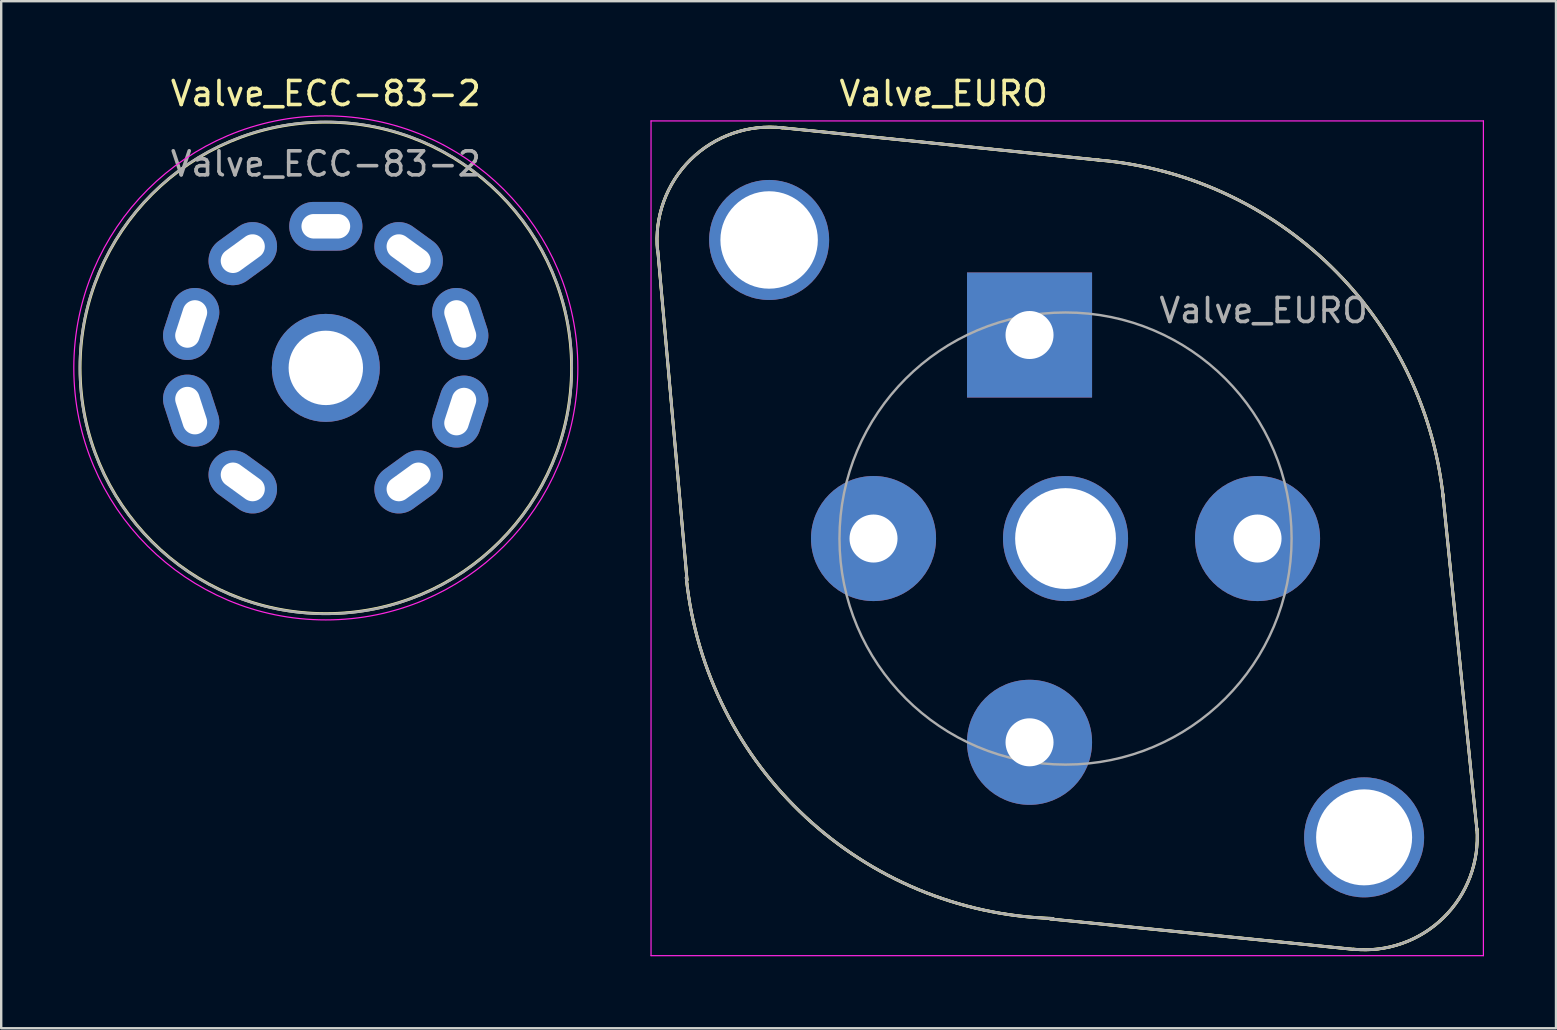
<source format=kicad_pcb>
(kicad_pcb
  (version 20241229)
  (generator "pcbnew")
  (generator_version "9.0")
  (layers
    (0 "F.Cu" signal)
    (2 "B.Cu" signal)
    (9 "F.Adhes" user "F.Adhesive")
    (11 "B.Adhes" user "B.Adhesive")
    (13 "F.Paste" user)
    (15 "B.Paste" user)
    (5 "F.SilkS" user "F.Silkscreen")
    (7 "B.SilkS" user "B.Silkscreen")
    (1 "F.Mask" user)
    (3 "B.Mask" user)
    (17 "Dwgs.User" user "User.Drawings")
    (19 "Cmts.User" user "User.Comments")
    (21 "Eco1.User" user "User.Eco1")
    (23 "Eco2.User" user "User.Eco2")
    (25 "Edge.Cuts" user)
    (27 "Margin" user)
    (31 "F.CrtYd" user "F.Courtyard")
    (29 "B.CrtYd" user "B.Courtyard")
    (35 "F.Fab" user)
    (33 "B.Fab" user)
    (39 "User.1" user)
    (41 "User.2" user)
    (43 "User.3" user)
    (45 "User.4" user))
  (footprint "Valve_EURO"
    (layer "F.Cu")
    (at 39.845 10.908)
    (property "Reference" "Valve_EURO" (at -3.58 -10.06 0) (layer "F.SilkS") (effects (font (size 1 1) (thickness 0.15))))
    (attr through_hole)
    (fp_line (start -14.27 10.21) (end -15.49 -3.53) (stroke (width 0.12) (type solid)) (layer "F.SilkS"))
    (fp_line (start -14.27 10.21) (end -15.49 -3.53) (stroke (width 0.12) (type solid)) (layer "F.SilkS"))
    (fp_line (start -10.36 -8.64) (end 2.87 -7.29) (stroke (width 0.12) (type solid)) (layer "F.SilkS"))
    (fp_line (start -10.36 -8.64) (end 2.87 -7.29) (stroke (width 0.12) (type solid)) (layer "F.SilkS"))
    (fp_line (start 13.54 25.6) (end 0.86 24.33) (stroke (width 0.12) (type solid)) (layer "F.SilkS"))
    (fp_line (start 13.54 25.6) (end 0.86 24.33) (stroke (width 0.12) (type solid)) (layer "F.SilkS"))
    (fp_line (start 18.64 20.62) (end 17.22 6.63) (stroke (width 0.12) (type solid)) (layer "F.SilkS"))
    (fp_line (start 18.64 20.62) (end 17.22 6.63) (stroke (width 0.12) (type solid)) (layer "F.SilkS"))
    (fp_arc (start -15.5 -3.5) (mid -14.119784 -7.310437) (end -10.288765 -8.63245) (stroke (width 0.12) (type solid)) (layer "F.SilkS"))
    (fp_arc (start -15.5 -3.5) (mid -14.119784 -7.310437) (end -10.288765 -8.63245) (stroke (width 0.12) (type solid)) (layer "F.SilkS"))
    (fp_arc (start 0.98 24.31) (mid -9.330689 20.081144) (end -14.303103 10.107747) (stroke (width 0.12) (type solid)) (layer "F.SilkS"))
    (fp_arc (start 0.98 24.31) (mid -9.330689 20.081144) (end -14.303103 10.107747) (stroke (width 0.12) (type solid)) (layer "F.SilkS"))
    (fp_arc (start 2.87 -7.29) (mid 12.560196 -2.853668) (end 17.23226 6.725098) (stroke (width 0.12) (type solid)) (layer "F.SilkS"))
    (fp_arc (start 2.87 -7.29) (mid 12.560196 -2.853668) (end 17.23226 6.725098) (stroke (width 0.12) (type solid)) (layer "F.SilkS"))
    (fp_arc (start 18.64 20.57) (mid 17.241749 24.281739) (end 13.497325 25.589944) (stroke (width 0.12) (type solid)) (layer "F.SilkS"))
    (fp_arc (start 18.64 20.57) (mid 17.241749 24.281739) (end 13.497325 25.589944) (stroke (width 0.12) (type solid)) (layer "F.SilkS"))
    (fp_line (start -15.77 -8.92) (end -15.77 25.86) (stroke (width 0.05) (type solid)) (layer "F.CrtYd"))
    (fp_line (start -15.77 -8.92) (end 18.91 -8.92) (stroke (width 0.05) (type solid)) (layer "F.CrtYd"))
    (fp_line (start 18.91 25.86) (end -15.77 25.86) (stroke (width 0.05) (type solid)) (layer "F.CrtYd"))
    (fp_line (start 18.91 25.86) (end 18.91 -8.92) (stroke (width 0.05) (type solid)) (layer "F.CrtYd"))
    (fp_line (start -14.27 10.21) (end -15.49 -3.53) (stroke (width 0.1) (type solid)) (layer "F.Fab"))
    (fp_line (start -14.27 10.21) (end -15.49 -3.53) (stroke (width 0.1) (type solid)) (layer "F.Fab"))
    (fp_line (start -10.36 -8.64) (end 2.87 -7.29) (stroke (width 0.1) (type solid)) (layer "F.Fab"))
    (fp_line (start -10.36 -8.64) (end 2.87 -7.29) (stroke (width 0.1) (type solid)) (layer "F.Fab"))
    (fp_line (start 13.54 25.6) (end 0.86 24.33) (stroke (width 0.1) (type solid)) (layer "F.Fab"))
    (fp_line (start 13.54 25.6) (end 0.86 24.33) (stroke (width 0.1) (type solid)) (layer "F.Fab"))
    (fp_line (start 18.64 20.62) (end 17.22 6.63) (stroke (width 0.1) (type solid)) (layer "F.Fab"))
    (fp_line (start 18.64 20.62) (end 17.22 6.63) (stroke (width 0.1) (type solid)) (layer "F.Fab"))
    (fp_arc (start -15.5 -3.5) (mid -14.119784 -7.310437) (end -10.288765 -8.63245) (stroke (width 0.1) (type solid)) (layer "F.Fab"))
    (fp_arc (start -15.5 -3.5) (mid -14.119784 -7.310437) (end -10.288765 -8.63245) (stroke (width 0.1) (type solid)) (layer "F.Fab"))
    (fp_arc (start 0.98 24.31) (mid -9.330689 20.081144) (end -14.303103 10.107747) (stroke (width 0.1) (type solid)) (layer "F.Fab"))
    (fp_arc (start 0.98 24.31) (mid -9.330689 20.081144) (end -14.303103 10.107747) (stroke (width 0.1) (type solid)) (layer "F.Fab"))
    (fp_arc (start 2.87 -7.29) (mid 12.560196 -2.853668) (end 17.23226 6.725098) (stroke (width 0.1) (type solid)) (layer "F.Fab"))
    (fp_arc (start 2.87 -7.29) (mid 12.560196 -2.853668) (end 17.23226 6.725098) (stroke (width 0.1) (type solid)) (layer "F.Fab"))
    (fp_arc (start 18.64 20.57) (mid 17.241749 24.281739) (end 13.497325 25.589944) (stroke (width 0.1) (type solid)) (layer "F.Fab"))
    (fp_arc (start 18.64 20.57) (mid 17.241749 24.281739) (end 13.497325 25.589944) (stroke (width 0.1) (type solid)) (layer "F.Fab"))
    (fp_circle (center 1.5 8.48) (end -5.16 15.14) (stroke (width 0.1) (type solid)) (fill no) (layer "F.Fab"))
    (fp_text user "${REFERENCE}" (at 9.75 -1.02 0) (layer "F.Fab") (effects (font (size 1 1) (thickness 0.15))))
    (pad "" thru_hole circle (at -10.85 -3.96) (size 5 5) (drill 4.06) (layers "*.Cu" "*.Mask"))
    (pad "" thru_hole circle (at 13.94 20.93) (size 5 5) (drill 4) (layers "*.Cu" "*.Mask"))
    (pad "1" thru_hole rect (at 0 0) (size 5.21 5.21) (drill 2) (layers "*.Cu" "*.Mask"))
    (pad "2" thru_hole circle (at 9.5 8.48) (size 5.21 5.21) (drill 2) (layers "*.Cu" "*.Mask"))
    (pad "3" thru_hole circle (at 0 16.97) (size 5.21 5.21) (drill 2) (layers "*.Cu" "*.Mask"))
    (pad "4" thru_hole circle (at -6.5 8.48) (size 5.21 5.21) (drill 2) (layers "*.Cu" "*.Mask"))
    (pad "5" thru_hole circle (at 1.5 8.48) (size 5.21 5.21) (drill 4.2) (layers "*.Cu" "*.Mask")))
  (footprint "Valve_ECC-83-2"
    (layer "F.Cu")
    (at 13.975 17.028)
    (property "Reference" "Valve_ECC-83-2" (at -3.45 -16.18 0) (layer "F.SilkS") (effects (font (size 1 1) (thickness 0.15))))
    (attr through_hole)
    (fp_circle (center -3.45 -4.75) (end 6.71 -3.48) (stroke (width 0.12) (type solid)) (fill no) (layer "F.SilkS"))
    (fp_circle (center -3.45 -4.75) (end -3.45 -15.25) (stroke (width 0.05) (type solid)) (fill no) (layer "F.CrtYd"))
    (fp_circle (center -3.45 -4.75) (end -3.45 -15) (stroke (width 0.1) (type solid)) (fill no) (layer "F.Fab"))
    (fp_text user "${REFERENCE}" (at -3.45 -13.25 0) (layer "F.Fab") (effects (font (size 1 1) (thickness 0.15))))
    (pad "1" thru_hole oval (at 0 0 306) (size 2.03 3.05) (drill oval 1.02 2.03) (layers "*.Cu" "*.Mask"))
    (pad "2" thru_hole circle (at -3.45 -4.75) (size 4.5 4.5) (drill 3.1) (layers "*.Cu" "*.Mask"))
    (pad "2" thru_hole oval (at 2.15 -2.93 342) (size 2.03 3.05) (drill oval 1.02 2.03) (layers "*.Cu" "*.Mask"))
    (pad "3" thru_hole oval (at 2.15 -6.58 18) (size 2.03 3.05) (drill oval 1.02 2.03) (layers "*.Cu" "*.Mask"))
    (pad "4" thru_hole oval (at 0 -9.51 54) (size 2.03 3.05) (drill oval 1.02 2.03) (layers "*.Cu" "*.Mask"))
    (pad "5" thru_hole oval (at -3.45 -10.65 90) (size 2.03 3.05) (drill oval 1.02 2.03) (layers "*.Cu" "*.Mask"))
    (pad "6" thru_hole oval (at -6.91 -9.51 306) (size 2.03 3.05) (drill oval 1.02 2.03) (layers "*.Cu" "*.Mask"))
    (pad "7" thru_hole oval (at -9.06 -6.58 342) (size 2.03 3.05) (drill oval 1.02 2.03) (layers "*.Cu" "*.Mask"))
    (pad "8" thru_hole oval (at -9.06 -2.97 18) (size 2.03 3.05) (drill oval 1.02 2.03) (layers "*.Cu" "*.Mask"))
    (pad "9" thru_hole oval (at -6.91 0 54) (size 2.03 3.05) (drill oval 1.02 2.03) (layers "*.Cu" "*.Mask")))
  (gr_rect
    (start -3 -3)
    (end 61.78 39.793)
    (stroke (width 0.1) (type default))
    (fill no)
    (layer "Edge.Cuts")))
</source>
